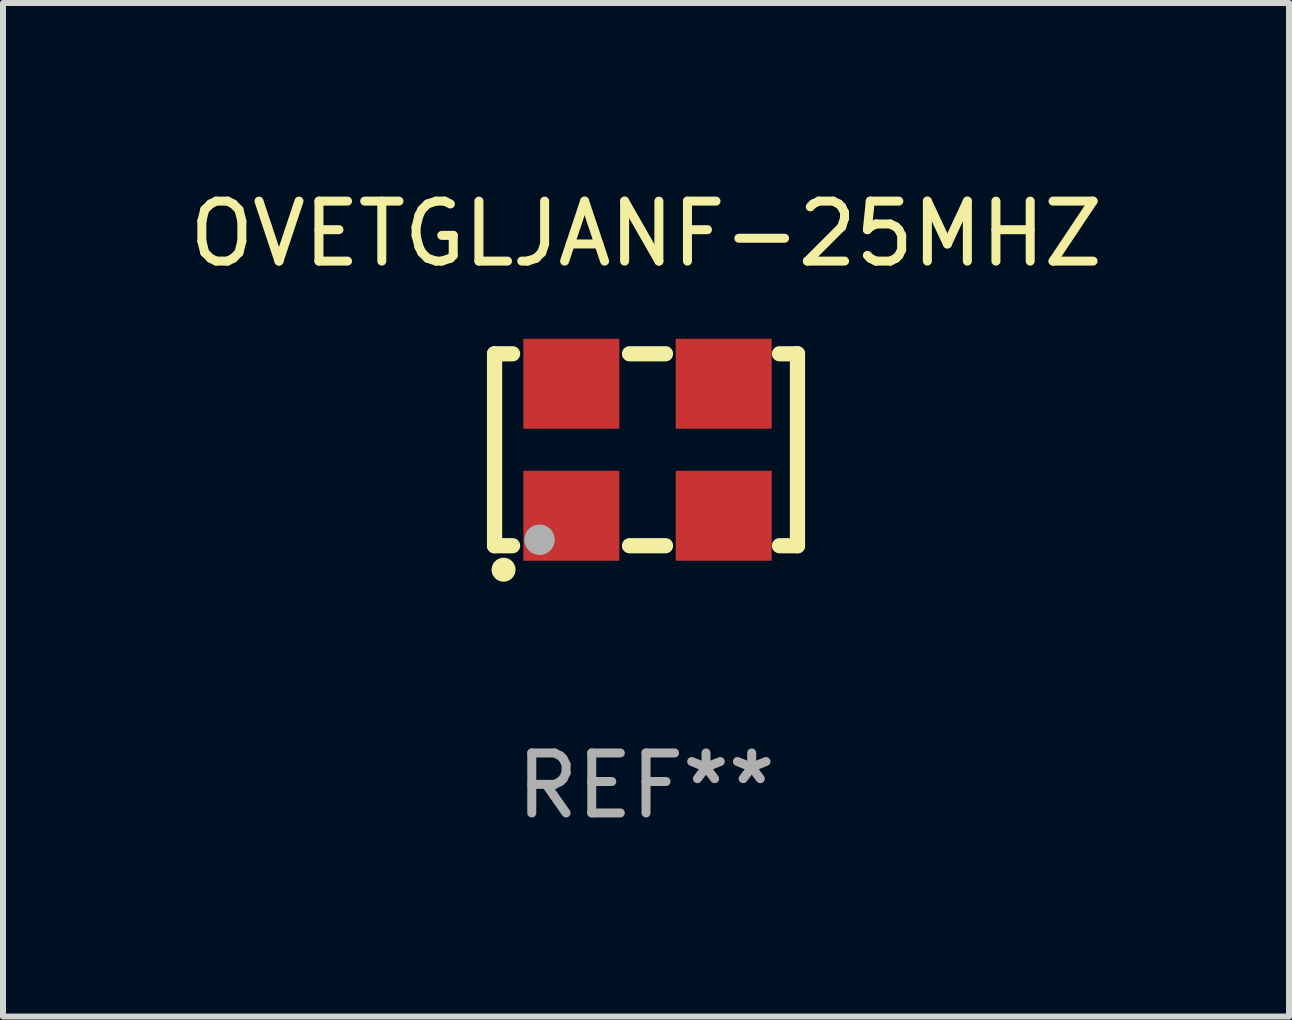
<source format=kicad_pcb>
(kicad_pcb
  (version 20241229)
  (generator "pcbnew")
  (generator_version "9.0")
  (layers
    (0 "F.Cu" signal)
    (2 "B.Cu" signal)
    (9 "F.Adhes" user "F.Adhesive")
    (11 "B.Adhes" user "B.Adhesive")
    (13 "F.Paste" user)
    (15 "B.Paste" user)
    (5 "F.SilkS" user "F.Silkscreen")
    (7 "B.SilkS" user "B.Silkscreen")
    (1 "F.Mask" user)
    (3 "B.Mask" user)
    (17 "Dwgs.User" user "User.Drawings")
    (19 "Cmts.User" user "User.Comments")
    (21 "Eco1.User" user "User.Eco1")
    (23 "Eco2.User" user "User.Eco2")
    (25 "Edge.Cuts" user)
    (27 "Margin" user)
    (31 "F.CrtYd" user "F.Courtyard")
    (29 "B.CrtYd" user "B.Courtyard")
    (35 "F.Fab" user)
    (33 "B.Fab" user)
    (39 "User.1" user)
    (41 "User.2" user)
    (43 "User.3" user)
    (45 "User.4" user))
  (footprint "OVETGLJANF-25MHZ"
    (layer "F.Cu")
    (at 7.72 4.448)
    (property "Reference" "OVETGLJANF-25MHZ" (at 0 -3.6 0) (layer "F.SilkS") (effects (font (size 1 1) (thickness 0.15))))
    (attr through_hole)
    (fp_line (start -2.525 -1.6) (end -2.225 -1.6) (stroke (width 0.254) (type solid)) (layer "F.SilkS"))
    (fp_line (start -2.525 1.6) (end -2.525 -1.6) (stroke (width 0.254) (type solid)) (layer "F.SilkS"))
    (fp_line (start -2.225 1.6) (end -2.525 1.6) (stroke (width 0.254) (type solid)) (layer "F.SilkS"))
    (fp_line (start -0.275 -1.6) (end 0.325 -1.6) (stroke (width 0.254) (type solid)) (layer "F.SilkS"))
    (fp_line (start -0.275 1.6) (end 0.325 1.6) (stroke (width 0.254) (type solid)) (layer "F.SilkS"))
    (fp_line (start 2.225 -1.6) (end 2.525 -1.6) (stroke (width 0.254) (type solid)) (layer "F.SilkS"))
    (fp_line (start 2.525 -1.6) (end 2.525 1.6) (stroke (width 0.254) (type solid)) (layer "F.SilkS"))
    (fp_line (start 2.525 1.6) (end 2.225 1.6) (stroke (width 0.254) (type solid)) (layer "F.SilkS"))
    (fp_circle (center -2.475 1.65) (end -2.445 1.65) (stroke (width 0.06) (type solid)) (fill no) (layer "F.SilkS"))
    (fp_circle (center -2.375 2) (end -2.275 2) (stroke (width 0.2) (type solid)) (fill no) (layer "F.SilkS"))
    (fp_circle (center -1.775 1.5) (end -1.648 1.5) (stroke (width 0.254) (type solid)) (fill no) (layer "F.Fab"))
    (fp_text user "REF**" (at 0 5.6 0) (layer "F.Fab") (effects (font (size 1 1) (thickness 0.15))))
    (pad "1" smd rect (at -1.245 1.1) (size 1.6 1.5) (layers "F.Cu" "F.Mask" "F.Paste"))
    (pad "2" smd rect (at 1.295 1.1) (size 1.6 1.5) (layers "F.Cu" "F.Mask" "F.Paste"))
    (pad "3" smd rect (at 1.295 -1.1 180) (size 1.6 1.5) (layers "F.Cu" "F.Mask" "F.Paste"))
    (pad "4" smd rect (at -1.245 -1.1) (size 1.6 1.5) (layers "F.Cu" "F.Mask" "F.Paste")))
  (gr_rect
    (start -3 -3)
    (end 18.44 13.897)
    (stroke (width 0.1) (type default))
    (fill no)
    (layer "Edge.Cuts")))
</source>
